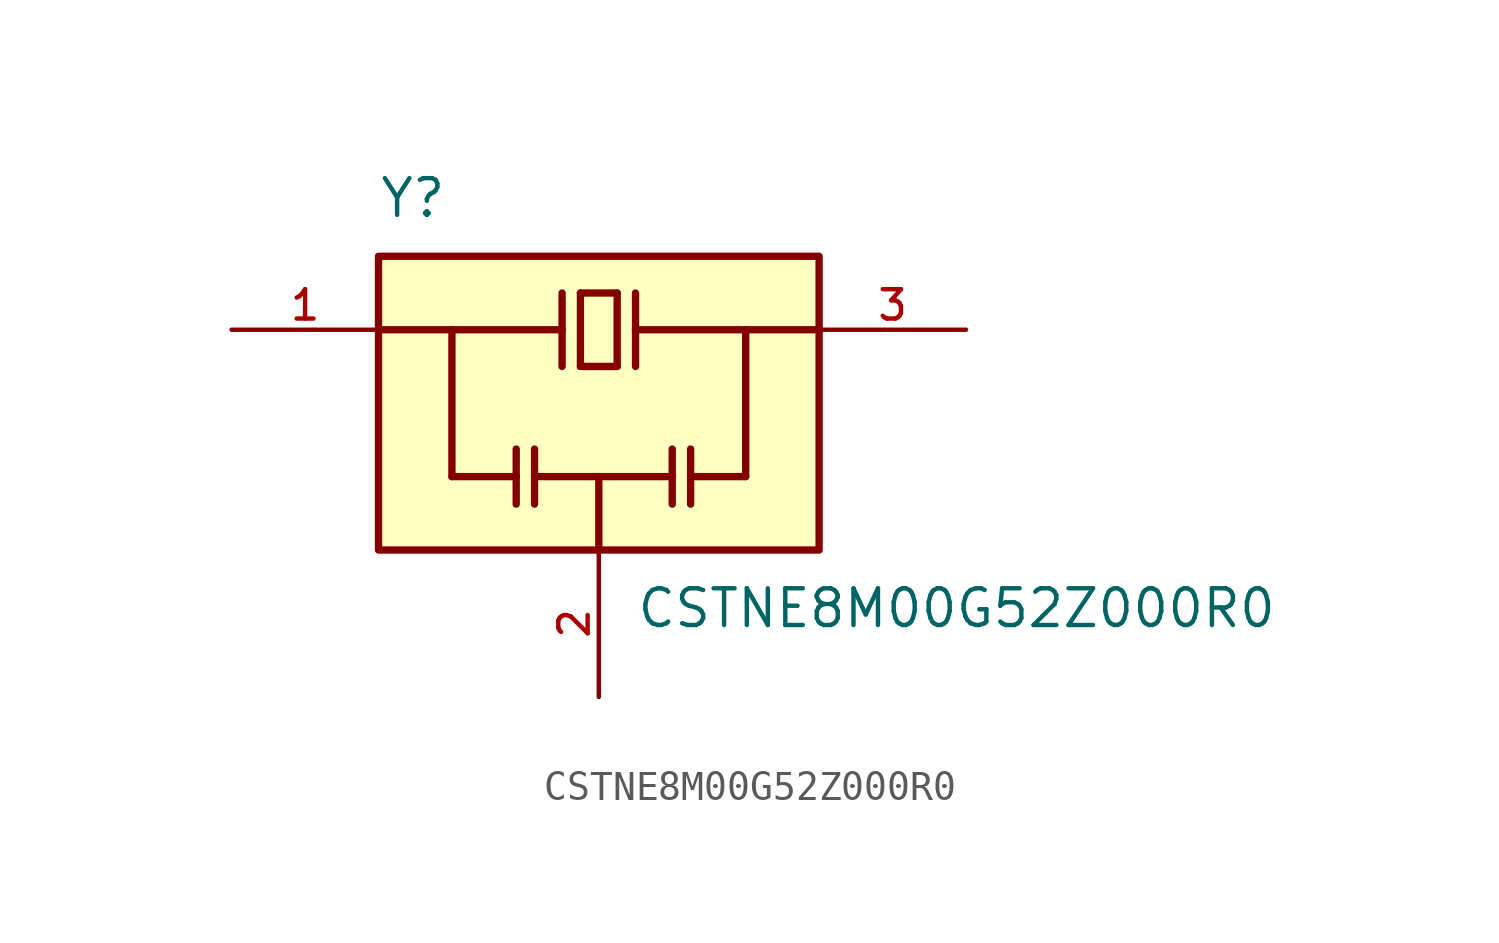
<source format=kicad_sym>
(kicad_symbol_lib
  (version 20211014)
  (generator kicad_symbol_editor)
  (symbol "CSTNE8M00G52Z000R0"
    (pin_names
      (offset 1.016))
    (property "Reference" "Y"
      (at -7.62 6.35 0)
      (effects (font (size 1.27 1.27)) (justify bottom left)))
    (property "Value" "CSTNE8M00G52Z000R0"
      (at 1.27 -6.35 0.0)
      (effects (font (size 1.27 1.27)) (justify top left)))
    (symbol "CSTNE8M00G52Z000R0_0_0"
      (polyline (pts (xy -1.27 3.81) (xy -1.27 2.54)) (stroke (width 0.254)))
      (polyline (pts (xy -1.27 2.54) (xy -1.27 1.27)) (stroke (width 0.254)))
      (polyline (pts (xy -0.635 1.27) (xy -0.635 3.81)) (stroke (width 0.254)))
      (polyline (pts (xy -0.635 3.81) (xy 0.635 3.81)) (stroke (width 0.254)))
      (polyline (pts (xy 0.635 3.81) (xy 0.635 1.27)) (stroke (width 0.254)))
      (polyline (pts (xy 0.635 1.27) (xy -0.635 1.27)) (stroke (width 0.254)))
      (polyline (pts (xy 1.27 3.81) (xy 1.27 2.54)) (stroke (width 0.254)))
      (polyline (pts (xy 1.27 2.54) (xy 1.27 1.27)) (stroke (width 0.254)))
      (polyline (pts (xy -2.857 -1.587) (xy -2.857 -2.54)) (stroke (width 0.254)))
      (polyline (pts (xy -2.857 -2.54) (xy -2.857 -3.493)) (stroke (width 0.254)))
      (polyline (pts (xy -2.223 -1.587) (xy -2.223 -2.54)) (stroke (width 0.254)))
      (polyline (pts (xy -2.223 -2.54) (xy -2.223 -3.493)) (stroke (width 0.254)))
      (polyline (pts (xy 2.54 -1.587) (xy 2.54 -2.54)) (stroke (width 0.254)))
      (polyline (pts (xy 2.54 -2.54) (xy 2.54 -3.493)) (stroke (width 0.254)))
      (polyline (pts (xy 3.175 -1.587) (xy 3.175 -2.54)) (stroke (width 0.254)))
      (polyline (pts (xy 3.175 -2.54) (xy 3.175 -3.493)) (stroke (width 0.254)))
      (polyline (pts (xy -7.62 2.54) (xy -5.08 2.54)) (stroke (width 0.254)))
      (polyline (pts (xy -5.08 2.54) (xy -1.27 2.54)) (stroke (width 0.254)))
      (polyline (pts (xy 1.27 2.54) (xy 5.08 2.54)) (stroke (width 0.254)))
      (polyline (pts (xy 5.08 2.54) (xy 7.62 2.54)) (stroke (width 0.254)))
      (polyline (pts (xy -2.857 -2.54) (xy -5.08 -2.54)) (stroke (width 0.254)))
      (polyline (pts (xy -5.08 -2.54) (xy -5.08 2.54)) (stroke (width 0.254)))
      (polyline (pts (xy 3.175 -2.54) (xy 5.08 -2.54)) (stroke (width 0.254)))
      (polyline (pts (xy 5.08 -2.54) (xy 5.08 2.54)) (stroke (width 0.254)))
      (polyline (pts (xy 0.0 -5.08) (xy 0.0 -2.54)) (stroke (width 0.254)))
      (polyline (pts (xy 0.0 -2.54) (xy -2.223 -2.54)) (stroke (width 0.254)))
      (polyline (pts (xy 0.0 -2.54) (xy 2.54 -2.54)) (stroke (width 0.254)))
      (rectangle (start -7.62 -5.08) (end 7.62 5.08) (stroke (width 0.254)) (fill (type background)))
      (pin input line (at -12.7 2.54 0) (length 5.08) (name "~" (effects (font (size 1.016 1.016)))) (number "1" (effects (font (size 1.016 1.016)))))
      (pin output line (at 12.7 2.54 180.0) (length 5.08) (name "~" (effects (font (size 1.016 1.016)))) (number "3" (effects (font (size 1.016 1.016)))))
      (pin power_in line (at 0.0 -10.16 90.0) (length 5.08) (name "~" (effects (font (size 1.016 1.016)))) (number "2" (effects (font (size 1.016 1.016))))))))
</source>
